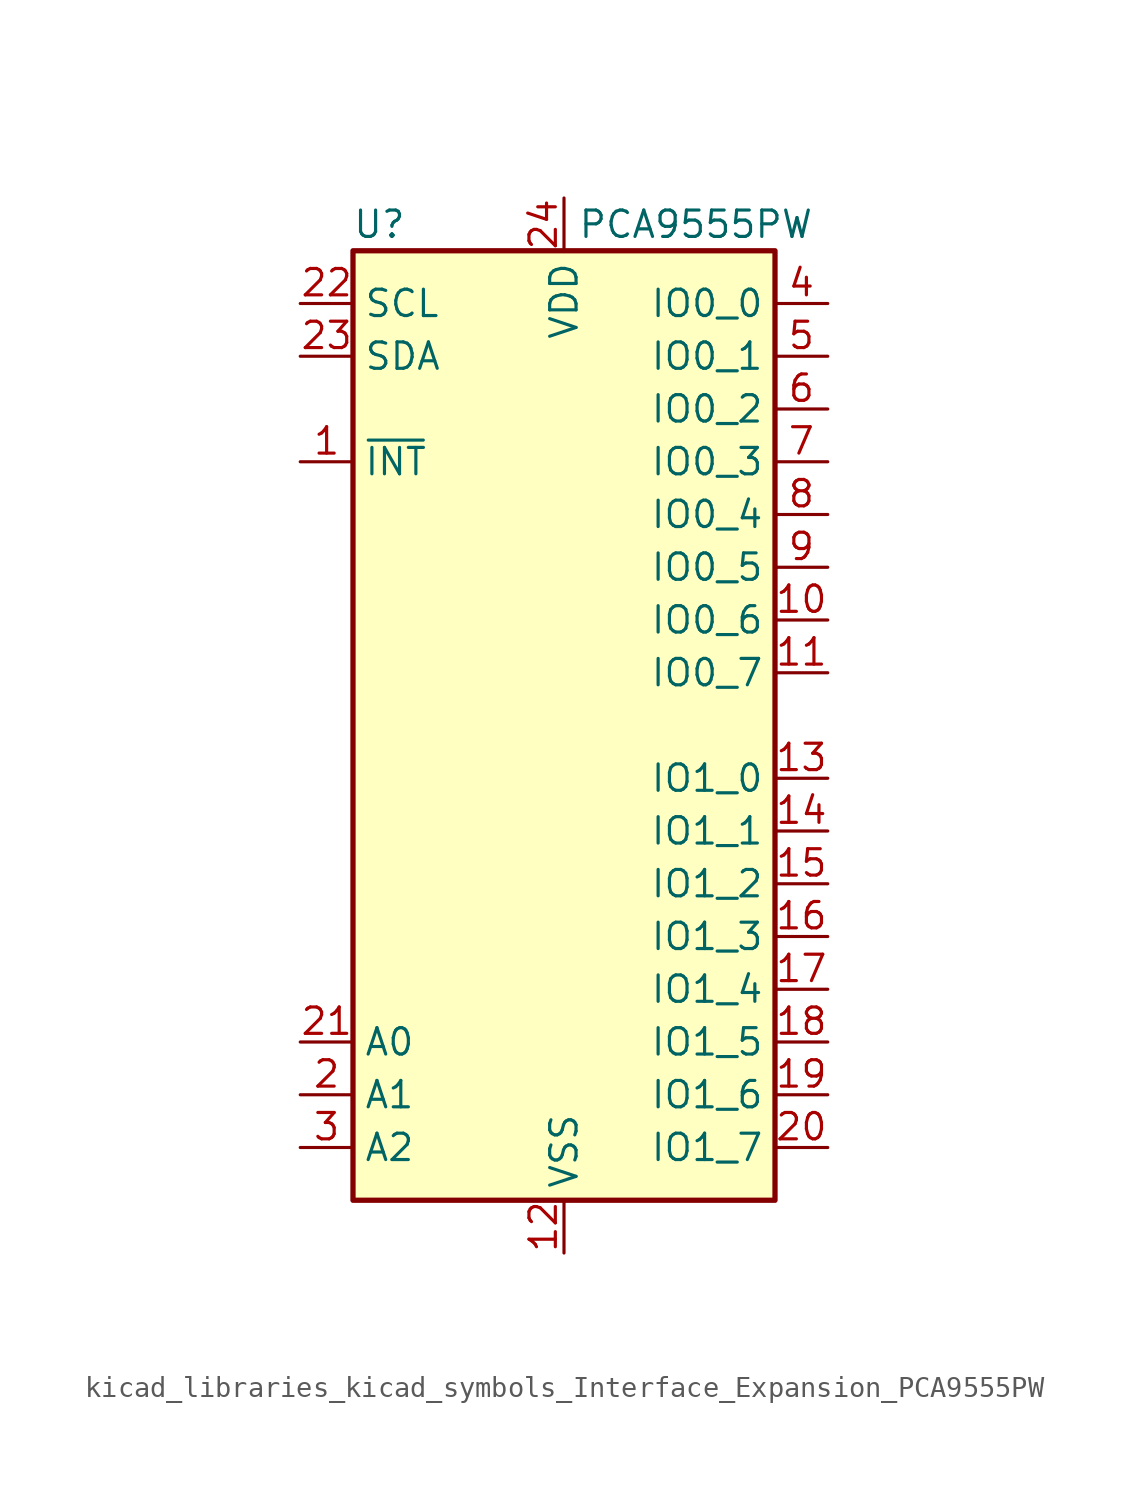
<source format=kicad_sym>
(kicad_symbol_lib
  (version 20220914)
  (generator kicad_symbol_editor)
  (symbol "kicad_libraries_kicad_symbols_Interface_Expansion_PCA9555PW"
    (property "Reference" "U"
      (at -8.89 24.13 0)
      (effects (font (size 1.27 1.27))))
    (property "Value" "PCA9555PW"
      (at 6.35 24.13 0)
      (effects (font (size 1.27 1.27))))
    (symbol "kicad_libraries_kicad_symbols_Interface_Expansion_PCA9555PW_0_1"
      (rectangle (start -10.16 22.86) (end 10.16 -22.86) (stroke (width 0.254) (type default)) (fill (type background))))
    (symbol "kicad_libraries_kicad_symbols_Interface_Expansion_PCA9555PW_1_1"
      (pin open_collector line (at -12.7 12.7 0) (length 2.54) (name "~{INT}" (effects (font (size 1.27 1.27)))) (number "1" (effects (font (size 1.27 1.27)))))
      (pin bidirectional line (at 12.7 5.08 180) (length 2.54) (name "IO0_6" (effects (font (size 1.27 1.27)))) (number "10" (effects (font (size 1.27 1.27)))))
      (pin bidirectional line (at 12.7 2.54 180) (length 2.54) (name "IO0_7" (effects (font (size 1.27 1.27)))) (number "11" (effects (font (size 1.27 1.27)))))
      (pin power_in line (at 0 -25.4 90) (length 2.54) (name "VSS" (effects (font (size 1.27 1.27)))) (number "12" (effects (font (size 1.27 1.27)))))
      (pin bidirectional line (at 12.7 -2.54 180) (length 2.54) (name "IO1_0" (effects (font (size 1.27 1.27)))) (number "13" (effects (font (size 1.27 1.27)))))
      (pin bidirectional line (at 12.7 -5.08 180) (length 2.54) (name "IO1_1" (effects (font (size 1.27 1.27)))) (number "14" (effects (font (size 1.27 1.27)))))
      (pin bidirectional line (at 12.7 -7.62 180) (length 2.54) (name "IO1_2" (effects (font (size 1.27 1.27)))) (number "15" (effects (font (size 1.27 1.27)))))
      (pin bidirectional line (at 12.7 -10.16 180) (length 2.54) (name "IO1_3" (effects (font (size 1.27 1.27)))) (number "16" (effects (font (size 1.27 1.27)))))
      (pin bidirectional line (at 12.7 -12.7 180) (length 2.54) (name "IO1_4" (effects (font (size 1.27 1.27)))) (number "17" (effects (font (size 1.27 1.27)))))
      (pin bidirectional line (at 12.7 -15.24 180) (length 2.54) (name "IO1_5" (effects (font (size 1.27 1.27)))) (number "18" (effects (font (size 1.27 1.27)))))
      (pin bidirectional line (at 12.7 -17.78 180) (length 2.54) (name "IO1_6" (effects (font (size 1.27 1.27)))) (number "19" (effects (font (size 1.27 1.27)))))
      (pin input line (at -12.7 -17.78 0) (length 2.54) (name "A1" (effects (font (size 1.27 1.27)))) (number "2" (effects (font (size 1.27 1.27)))))
      (pin bidirectional line (at 12.7 -20.32 180) (length 2.54) (name "IO1_7" (effects (font (size 1.27 1.27)))) (number "20" (effects (font (size 1.27 1.27)))))
      (pin input line (at -12.7 -15.24 0) (length 2.54) (name "A0" (effects (font (size 1.27 1.27)))) (number "21" (effects (font (size 1.27 1.27)))))
      (pin input line (at -12.7 20.32 0) (length 2.54) (name "SCL" (effects (font (size 1.27 1.27)))) (number "22" (effects (font (size 1.27 1.27)))))
      (pin bidirectional line (at -12.7 17.78 0) (length 2.54) (name "SDA" (effects (font (size 1.27 1.27)))) (number "23" (effects (font (size 1.27 1.27)))))
      (pin power_in line (at 0 25.4 270) (length 2.54) (name "VDD" (effects (font (size 1.27 1.27)))) (number "24" (effects (font (size 1.27 1.27)))))
      (pin input line (at -12.7 -20.32 0) (length 2.54) (name "A2" (effects (font (size 1.27 1.27)))) (number "3" (effects (font (size 1.27 1.27)))))
      (pin bidirectional line (at 12.7 20.32 180) (length 2.54) (name "IO0_0" (effects (font (size 1.27 1.27)))) (number "4" (effects (font (size 1.27 1.27)))))
      (pin bidirectional line (at 12.7 17.78 180) (length 2.54) (name "IO0_1" (effects (font (size 1.27 1.27)))) (number "5" (effects (font (size 1.27 1.27)))))
      (pin bidirectional line (at 12.7 15.24 180) (length 2.54) (name "IO0_2" (effects (font (size 1.27 1.27)))) (number "6" (effects (font (size 1.27 1.27)))))
      (pin bidirectional line (at 12.7 12.7 180) (length 2.54) (name "IO0_3" (effects (font (size 1.27 1.27)))) (number "7" (effects (font (size 1.27 1.27)))))
      (pin bidirectional line (at 12.7 10.16 180) (length 2.54) (name "IO0_4" (effects (font (size 1.27 1.27)))) (number "8" (effects (font (size 1.27 1.27)))))
      (pin bidirectional line (at 12.7 7.62 180) (length 2.54) (name "IO0_5" (effects (font (size 1.27 1.27)))) (number "9" (effects (font (size 1.27 1.27))))))))
</source>
